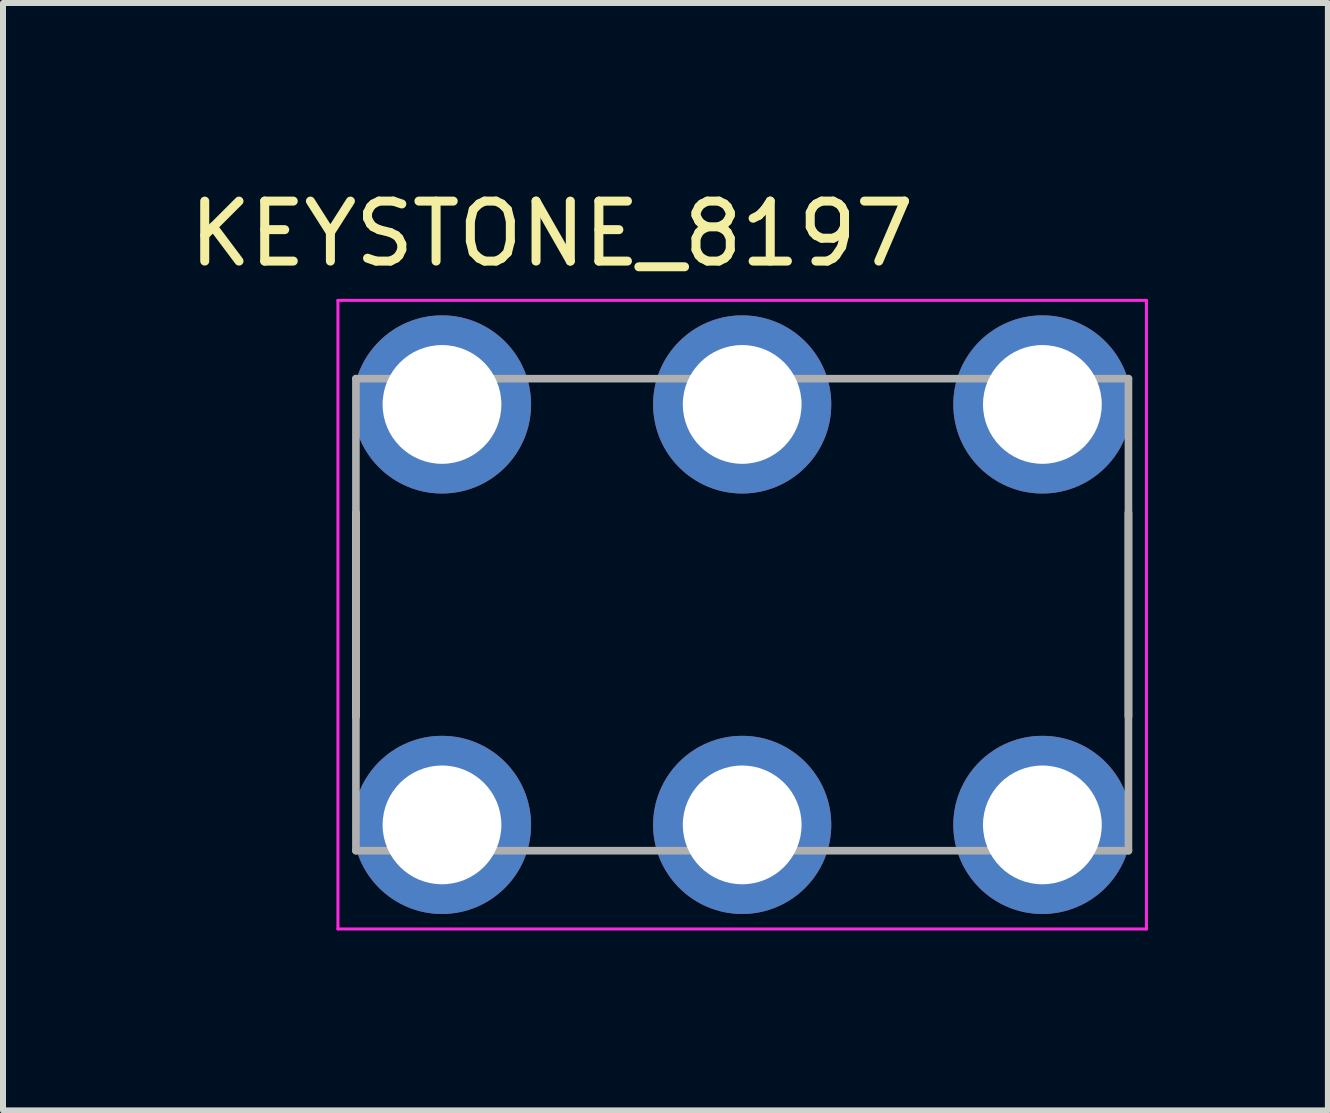
<source format=kicad_pcb>
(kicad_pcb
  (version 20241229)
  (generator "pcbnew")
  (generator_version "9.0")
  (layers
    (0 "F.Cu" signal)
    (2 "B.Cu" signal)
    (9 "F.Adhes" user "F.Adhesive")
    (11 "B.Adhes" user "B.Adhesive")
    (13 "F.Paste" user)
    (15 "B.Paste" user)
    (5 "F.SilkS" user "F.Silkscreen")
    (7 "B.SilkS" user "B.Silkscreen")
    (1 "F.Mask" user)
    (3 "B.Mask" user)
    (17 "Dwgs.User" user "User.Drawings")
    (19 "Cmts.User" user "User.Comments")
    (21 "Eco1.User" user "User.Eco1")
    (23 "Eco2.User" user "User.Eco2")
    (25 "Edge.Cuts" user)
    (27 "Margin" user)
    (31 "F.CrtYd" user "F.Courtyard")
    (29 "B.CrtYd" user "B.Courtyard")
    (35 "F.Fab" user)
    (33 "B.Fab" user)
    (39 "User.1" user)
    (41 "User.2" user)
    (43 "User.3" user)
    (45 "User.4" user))
  (footprint "KEYSTONE_8197"
    (layer "F.Cu")
    (at 9.324 7.198)
    (property "Reference" "KEYSTONE_8197" (at -3.175 -6.35 0) (layer "F.SilkS") (effects (font (size 1 1) (thickness 0.15))))
    (attr through_hole)
    (fp_line (start -6.44 -1.7) (end -6.44 1.7) (stroke (width 0.127) (type solid)) (layer "F.SilkS"))
    (fp_line (start 6.44 -1.7) (end 6.44 1.7) (stroke (width 0.127) (type solid)) (layer "F.SilkS"))
    (fp_line (start -6.74 -5.24) (end -6.74 5.24) (stroke (width 0.05) (type solid)) (layer "F.CrtYd"))
    (fp_line (start -6.74 5.24) (end 6.74 5.24) (stroke (width 0.05) (type solid)) (layer "F.CrtYd"))
    (fp_line (start 6.74 -5.24) (end -6.74 -5.24) (stroke (width 0.05) (type solid)) (layer "F.CrtYd"))
    (fp_line (start 6.74 5.24) (end 6.74 -5.24) (stroke (width 0.05) (type solid)) (layer "F.CrtYd"))
    (fp_line (start -6.44 -3.935) (end 6.44 -3.935) (stroke (width 0.127) (type solid)) (layer "F.Fab"))
    (fp_line (start -6.44 3.935) (end -6.44 -3.935) (stroke (width 0.127) (type solid)) (layer "F.Fab"))
    (fp_line (start 6.44 -3.935) (end 6.44 3.935) (stroke (width 0.127) (type solid)) (layer "F.Fab"))
    (fp_line (start 6.44 3.935) (end -6.44 3.935) (stroke (width 0.127) (type solid)) (layer "F.Fab"))
    (pad "1_1" thru_hole circle (at -5.005 -3.505) (size 2.97 2.97) (drill 1.98) (layers "*.Cu" "*.Mask"))
    (pad "1_2" thru_hole circle (at -5.005 3.505) (size 2.97 2.97) (drill 1.98) (layers "*.Cu" "*.Mask"))
    (pad "1_3" thru_hole circle (at 0 -3.505) (size 2.97 2.97) (drill 1.98) (layers "*.Cu" "*.Mask"))
    (pad "1_4" thru_hole circle (at 0 3.505) (size 2.97 2.97) (drill 1.98) (layers "*.Cu" "*.Mask"))
    (pad "1_5" thru_hole circle (at 5.005 -3.505) (size 2.97 2.97) (drill 1.98) (layers "*.Cu" "*.Mask"))
    (pad "1_6" thru_hole circle (at 5.005 3.505) (size 2.97 2.97) (drill 1.98) (layers "*.Cu" "*.Mask")))
  (gr_rect
    (start -3 -3)
    (end 19.089 15.463)
    (stroke (width 0.1) (type default))
    (fill no)
    (layer "Edge.Cuts")))
</source>
